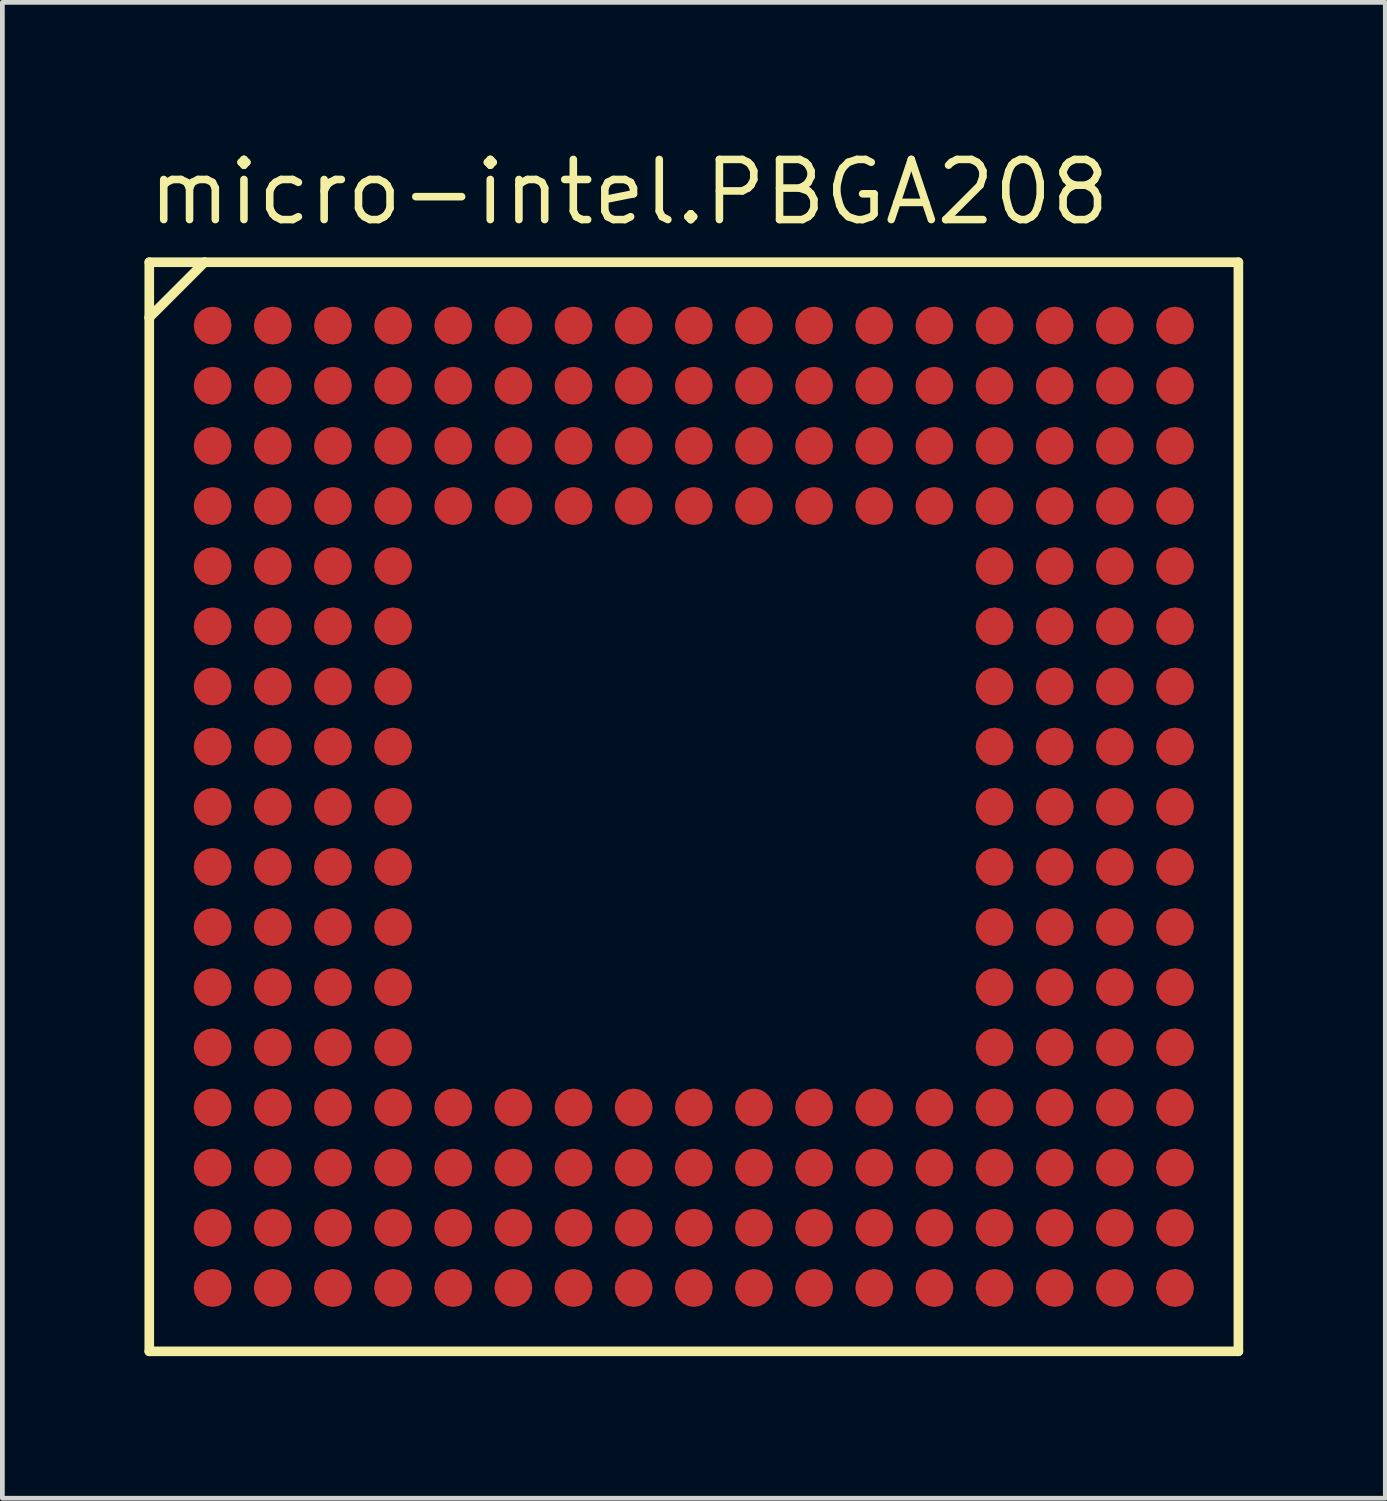
<source format=kicad_pcb>
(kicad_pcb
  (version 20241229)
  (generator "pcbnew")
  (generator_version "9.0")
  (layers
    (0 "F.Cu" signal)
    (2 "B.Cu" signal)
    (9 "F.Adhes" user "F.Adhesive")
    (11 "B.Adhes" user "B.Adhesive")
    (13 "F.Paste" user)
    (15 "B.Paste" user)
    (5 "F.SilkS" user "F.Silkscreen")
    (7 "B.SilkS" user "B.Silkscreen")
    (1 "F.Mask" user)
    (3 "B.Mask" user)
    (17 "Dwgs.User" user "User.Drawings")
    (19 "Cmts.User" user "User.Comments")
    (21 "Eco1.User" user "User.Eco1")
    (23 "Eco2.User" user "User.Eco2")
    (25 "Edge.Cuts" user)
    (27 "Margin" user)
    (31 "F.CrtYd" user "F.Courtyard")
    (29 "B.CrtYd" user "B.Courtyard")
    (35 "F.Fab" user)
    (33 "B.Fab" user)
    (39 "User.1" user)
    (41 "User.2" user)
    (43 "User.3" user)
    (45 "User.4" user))
  (footprint "micro-intel.PBGA208"
    (layer "F.Cu")
    (at 11.6 13.985)
    (property "Reference" "micro-intel.PBGA208" (at -11.6 -12.235 0) (layer "F.SilkS") (effects (font (size 1.27 1.27) (thickness 0.16)) (justify left bottom)))
    (attr smd)
    (fp_circle (center -10.16 -10.16) (end -9.76 -10.16) (stroke (width 0.1) (type default)) (fill no) (layer "F.Mask"))
    (fp_circle (center -10.16 -8.89) (end -9.76 -8.89) (stroke (width 0.1) (type default)) (fill no) (layer "F.Mask"))
    (fp_circle (center -10.16 -7.62) (end -9.76 -7.62) (stroke (width 0.1) (type default)) (fill no) (layer "F.Mask"))
    (fp_circle (center -10.16 -6.35) (end -9.76 -6.35) (stroke (width 0.1) (type default)) (fill no) (layer "F.Mask"))
    (fp_circle (center -10.16 -5.08) (end -9.76 -5.08) (stroke (width 0.1) (type default)) (fill no) (layer "F.Mask"))
    (fp_circle (center -10.16 -3.81) (end -9.76 -3.81) (stroke (width 0.1) (type default)) (fill no) (layer "F.Mask"))
    (fp_circle (center -10.16 -2.54) (end -9.76 -2.54) (stroke (width 0.1) (type default)) (fill no) (layer "F.Mask"))
    (fp_circle (center -10.16 -1.27) (end -9.76 -1.27) (stroke (width 0.1) (type default)) (fill no) (layer "F.Mask"))
    (fp_circle (center -10.16 0) (end -9.76 0) (stroke (width 0.1) (type default)) (fill no) (layer "F.Mask"))
    (fp_circle (center -10.16 1.27) (end -9.76 1.27) (stroke (width 0.1) (type default)) (fill no) (layer "F.Mask"))
    (fp_circle (center -10.16 2.54) (end -9.76 2.54) (stroke (width 0.1) (type default)) (fill no) (layer "F.Mask"))
    (fp_circle (center -10.16 3.81) (end -9.76 3.81) (stroke (width 0.1) (type default)) (fill no) (layer "F.Mask"))
    (fp_circle (center -10.16 5.08) (end -9.76 5.08) (stroke (width 0.1) (type default)) (fill no) (layer "F.Mask"))
    (fp_circle (center -10.16 6.35) (end -9.76 6.35) (stroke (width 0.1) (type default)) (fill no) (layer "F.Mask"))
    (fp_circle (center -10.16 7.62) (end -9.76 7.62) (stroke (width 0.1) (type default)) (fill no) (layer "F.Mask"))
    (fp_circle (center -10.16 8.89) (end -9.76 8.89) (stroke (width 0.1) (type default)) (fill no) (layer "F.Mask"))
    (fp_circle (center -10.16 10.16) (end -9.76 10.16) (stroke (width 0.1) (type default)) (fill no) (layer "F.Mask"))
    (fp_circle (center -8.89 -10.16) (end -8.49 -10.16) (stroke (width 0.1) (type default)) (fill no) (layer "F.Mask"))
    (fp_circle (center -8.89 -8.89) (end -8.49 -8.89) (stroke (width 0.1) (type default)) (fill no) (layer "F.Mask"))
    (fp_circle (center -8.89 -7.62) (end -8.49 -7.62) (stroke (width 0.1) (type default)) (fill no) (layer "F.Mask"))
    (fp_circle (center -8.89 -6.35) (end -8.49 -6.35) (stroke (width 0.1) (type default)) (fill no) (layer "F.Mask"))
    (fp_circle (center -8.89 -5.08) (end -8.49 -5.08) (stroke (width 0.1) (type default)) (fill no) (layer "F.Mask"))
    (fp_circle (center -8.89 -3.81) (end -8.49 -3.81) (stroke (width 0.1) (type default)) (fill no) (layer "F.Mask"))
    (fp_circle (center -8.89 -2.54) (end -8.49 -2.54) (stroke (width 0.1) (type default)) (fill no) (layer "F.Mask"))
    (fp_circle (center -8.89 -1.27) (end -8.49 -1.27) (stroke (width 0.1) (type default)) (fill no) (layer "F.Mask"))
    (fp_circle (center -8.89 0) (end -8.49 0) (stroke (width 0.1) (type default)) (fill no) (layer "F.Mask"))
    (fp_circle (center -8.89 1.27) (end -8.49 1.27) (stroke (width 0.1) (type default)) (fill no) (layer "F.Mask"))
    (fp_circle (center -8.89 2.54) (end -8.49 2.54) (stroke (width 0.1) (type default)) (fill no) (layer "F.Mask"))
    (fp_circle (center -8.89 3.81) (end -8.49 3.81) (stroke (width 0.1) (type default)) (fill no) (layer "F.Mask"))
    (fp_circle (center -8.89 5.08) (end -8.49 5.08) (stroke (width 0.1) (type default)) (fill no) (layer "F.Mask"))
    (fp_circle (center -8.89 6.35) (end -8.49 6.35) (stroke (width 0.1) (type default)) (fill no) (layer "F.Mask"))
    (fp_circle (center -8.89 7.62) (end -8.49 7.62) (stroke (width 0.1) (type default)) (fill no) (layer "F.Mask"))
    (fp_circle (center -8.89 8.89) (end -8.49 8.89) (stroke (width 0.1) (type default)) (fill no) (layer "F.Mask"))
    (fp_circle (center -8.89 10.16) (end -8.49 10.16) (stroke (width 0.1) (type default)) (fill no) (layer "F.Mask"))
    (fp_circle (center -7.62 -10.16) (end -7.22 -10.16) (stroke (width 0.1) (type default)) (fill no) (layer "F.Mask"))
    (fp_circle (center -7.62 -8.89) (end -7.22 -8.89) (stroke (width 0.1) (type default)) (fill no) (layer "F.Mask"))
    (fp_circle (center -7.62 -7.62) (end -7.22 -7.62) (stroke (width 0.1) (type default)) (fill no) (layer "F.Mask"))
    (fp_circle (center -7.62 -6.35) (end -7.22 -6.35) (stroke (width 0.1) (type default)) (fill no) (layer "F.Mask"))
    (fp_circle (center -7.62 -5.08) (end -7.22 -5.08) (stroke (width 0.1) (type default)) (fill no) (layer "F.Mask"))
    (fp_circle (center -7.62 -3.81) (end -7.22 -3.81) (stroke (width 0.1) (type default)) (fill no) (layer "F.Mask"))
    (fp_circle (center -7.62 -2.54) (end -7.22 -2.54) (stroke (width 0.1) (type default)) (fill no) (layer "F.Mask"))
    (fp_circle (center -7.62 -1.27) (end -7.22 -1.27) (stroke (width 0.1) (type default)) (fill no) (layer "F.Mask"))
    (fp_circle (center -7.62 0) (end -7.22 0) (stroke (width 0.1) (type default)) (fill no) (layer "F.Mask"))
    (fp_circle (center -7.62 1.27) (end -7.22 1.27) (stroke (width 0.1) (type default)) (fill no) (layer "F.Mask"))
    (fp_circle (center -7.62 2.54) (end -7.22 2.54) (stroke (width 0.1) (type default)) (fill no) (layer "F.Mask"))
    (fp_circle (center -7.62 3.81) (end -7.22 3.81) (stroke (width 0.1) (type default)) (fill no) (layer "F.Mask"))
    (fp_circle (center -7.62 5.08) (end -7.22 5.08) (stroke (width 0.1) (type default)) (fill no) (layer "F.Mask"))
    (fp_circle (center -7.62 6.35) (end -7.22 6.35) (stroke (width 0.1) (type default)) (fill no) (layer "F.Mask"))
    (fp_circle (center -7.62 7.62) (end -7.22 7.62) (stroke (width 0.1) (type default)) (fill no) (layer "F.Mask"))
    (fp_circle (center -7.62 8.89) (end -7.22 8.89) (stroke (width 0.1) (type default)) (fill no) (layer "F.Mask"))
    (fp_circle (center -7.62 10.16) (end -7.22 10.16) (stroke (width 0.1) (type default)) (fill no) (layer "F.Mask"))
    (fp_circle (center -6.35 -10.16) (end -5.95 -10.16) (stroke (width 0.1) (type default)) (fill no) (layer "F.Mask"))
    (fp_circle (center -6.35 -8.89) (end -5.95 -8.89) (stroke (width 0.1) (type default)) (fill no) (layer "F.Mask"))
    (fp_circle (center -6.35 -7.62) (end -5.95 -7.62) (stroke (width 0.1) (type default)) (fill no) (layer "F.Mask"))
    (fp_circle (center -6.35 -6.35) (end -5.95 -6.35) (stroke (width 0.1) (type default)) (fill no) (layer "F.Mask"))
    (fp_circle (center -6.35 -5.08) (end -5.95 -5.08) (stroke (width 0.1) (type default)) (fill no) (layer "F.Mask"))
    (fp_circle (center -6.35 -3.81) (end -5.95 -3.81) (stroke (width 0.1) (type default)) (fill no) (layer "F.Mask"))
    (fp_circle (center -6.35 -2.54) (end -5.95 -2.54) (stroke (width 0.1) (type default)) (fill no) (layer "F.Mask"))
    (fp_circle (center -6.35 -1.27) (end -5.95 -1.27) (stroke (width 0.1) (type default)) (fill no) (layer "F.Mask"))
    (fp_circle (center -6.35 0) (end -5.95 0) (stroke (width 0.1) (type default)) (fill no) (layer "F.Mask"))
    (fp_circle (center -6.35 1.27) (end -5.95 1.27) (stroke (width 0.1) (type default)) (fill no) (layer "F.Mask"))
    (fp_circle (center -6.35 2.54) (end -5.95 2.54) (stroke (width 0.1) (type default)) (fill no) (layer "F.Mask"))
    (fp_circle (center -6.35 3.81) (end -5.95 3.81) (stroke (width 0.1) (type default)) (fill no) (layer "F.Mask"))
    (fp_circle (center -6.35 5.08) (end -5.95 5.08) (stroke (width 0.1) (type default)) (fill no) (layer "F.Mask"))
    (fp_circle (center -6.35 6.35) (end -5.95 6.35) (stroke (width 0.1) (type default)) (fill no) (layer "F.Mask"))
    (fp_circle (center -6.35 7.62) (end -5.95 7.62) (stroke (width 0.1) (type default)) (fill no) (layer "F.Mask"))
    (fp_circle (center -6.35 8.89) (end -5.95 8.89) (stroke (width 0.1) (type default)) (fill no) (layer "F.Mask"))
    (fp_circle (center -6.35 10.16) (end -5.95 10.16) (stroke (width 0.1) (type default)) (fill no) (layer "F.Mask"))
    (fp_circle (center -5.08 -10.16) (end -4.68 -10.16) (stroke (width 0.1) (type default)) (fill no) (layer "F.Mask"))
    (fp_circle (center -5.08 -8.89) (end -4.68 -8.89) (stroke (width 0.1) (type default)) (fill no) (layer "F.Mask"))
    (fp_circle (center -5.08 -7.62) (end -4.68 -7.62) (stroke (width 0.1) (type default)) (fill no) (layer "F.Mask"))
    (fp_circle (center -5.08 -6.35) (end -4.68 -6.35) (stroke (width 0.1) (type default)) (fill no) (layer "F.Mask"))
    (fp_circle (center -5.08 6.35) (end -4.68 6.35) (stroke (width 0.1) (type default)) (fill no) (layer "F.Mask"))
    (fp_circle (center -5.08 7.62) (end -4.68 7.62) (stroke (width 0.1) (type default)) (fill no) (layer "F.Mask"))
    (fp_circle (center -5.08 8.89) (end -4.68 8.89) (stroke (width 0.1) (type default)) (fill no) (layer "F.Mask"))
    (fp_circle (center -5.08 10.16) (end -4.68 10.16) (stroke (width 0.1) (type default)) (fill no) (layer "F.Mask"))
    (fp_circle (center -3.81 -10.16) (end -3.41 -10.16) (stroke (width 0.1) (type default)) (fill no) (layer "F.Mask"))
    (fp_circle (center -3.81 -8.89) (end -3.41 -8.89) (stroke (width 0.1) (type default)) (fill no) (layer "F.Mask"))
    (fp_circle (center -3.81 -7.62) (end -3.41 -7.62) (stroke (width 0.1) (type default)) (fill no) (layer "F.Mask"))
    (fp_circle (center -3.81 -6.35) (end -3.41 -6.35) (stroke (width 0.1) (type default)) (fill no) (layer "F.Mask"))
    (fp_circle (center -3.81 6.35) (end -3.41 6.35) (stroke (width 0.1) (type default)) (fill no) (layer "F.Mask"))
    (fp_circle (center -3.81 7.62) (end -3.41 7.62) (stroke (width 0.1) (type default)) (fill no) (layer "F.Mask"))
    (fp_circle (center -3.81 8.89) (end -3.41 8.89) (stroke (width 0.1) (type default)) (fill no) (layer "F.Mask"))
    (fp_circle (center -3.81 10.16) (end -3.41 10.16) (stroke (width 0.1) (type default)) (fill no) (layer "F.Mask"))
    (fp_circle (center -2.54 -10.16) (end -2.14 -10.16) (stroke (width 0.1) (type default)) (fill no) (layer "F.Mask"))
    (fp_circle (center -2.54 -8.89) (end -2.14 -8.89) (stroke (width 0.1) (type default)) (fill no) (layer "F.Mask"))
    (fp_circle (center -2.54 -7.62) (end -2.14 -7.62) (stroke (width 0.1) (type default)) (fill no) (layer "F.Mask"))
    (fp_circle (center -2.54 -6.35) (end -2.14 -6.35) (stroke (width 0.1) (type default)) (fill no) (layer "F.Mask"))
    (fp_circle (center -2.54 6.35) (end -2.14 6.35) (stroke (width 0.1) (type default)) (fill no) (layer "F.Mask"))
    (fp_circle (center -2.54 7.62) (end -2.14 7.62) (stroke (width 0.1) (type default)) (fill no) (layer "F.Mask"))
    (fp_circle (center -2.54 8.89) (end -2.14 8.89) (stroke (width 0.1) (type default)) (fill no) (layer "F.Mask"))
    (fp_circle (center -2.54 10.16) (end -2.14 10.16) (stroke (width 0.1) (type default)) (fill no) (layer "F.Mask"))
    (fp_circle (center -1.27 -10.16) (end -0.87 -10.16) (stroke (width 0.1) (type default)) (fill no) (layer "F.Mask"))
    (fp_circle (center -1.27 -8.89) (end -0.87 -8.89) (stroke (width 0.1) (type default)) (fill no) (layer "F.Mask"))
    (fp_circle (center -1.27 -7.62) (end -0.87 -7.62) (stroke (width 0.1) (type default)) (fill no) (layer "F.Mask"))
    (fp_circle (center -1.27 -6.35) (end -0.87 -6.35) (stroke (width 0.1) (type default)) (fill no) (layer "F.Mask"))
    (fp_circle (center -1.27 6.35) (end -0.87 6.35) (stroke (width 0.1) (type default)) (fill no) (layer "F.Mask"))
    (fp_circle (center -1.27 7.62) (end -0.87 7.62) (stroke (width 0.1) (type default)) (fill no) (layer "F.Mask"))
    (fp_circle (center -1.27 8.89) (end -0.87 8.89) (stroke (width 0.1) (type default)) (fill no) (layer "F.Mask"))
    (fp_circle (center -1.27 10.16) (end -0.87 10.16) (stroke (width 0.1) (type default)) (fill no) (layer "F.Mask"))
    (fp_circle (center 0 -10.16) (end 0.4 -10.16) (stroke (width 0.1) (type default)) (fill no) (layer "F.Mask"))
    (fp_circle (center 0 -8.89) (end 0.4 -8.89) (stroke (width 0.1) (type default)) (fill no) (layer "F.Mask"))
    (fp_circle (center 0 -7.62) (end 0.4 -7.62) (stroke (width 0.1) (type default)) (fill no) (layer "F.Mask"))
    (fp_circle (center 0 -6.35) (end 0.4 -6.35) (stroke (width 0.1) (type default)) (fill no) (layer "F.Mask"))
    (fp_circle (center 0 6.35) (end 0.4 6.35) (stroke (width 0.1) (type default)) (fill no) (layer "F.Mask"))
    (fp_circle (center 0 7.62) (end 0.4 7.62) (stroke (width 0.1) (type default)) (fill no) (layer "F.Mask"))
    (fp_circle (center 0 8.89) (end 0.4 8.89) (stroke (width 0.1) (type default)) (fill no) (layer "F.Mask"))
    (fp_circle (center 0 10.16) (end 0.4 10.16) (stroke (width 0.1) (type default)) (fill no) (layer "F.Mask"))
    (fp_circle (center 1.27 -10.16) (end 1.67 -10.16) (stroke (width 0.1) (type default)) (fill no) (layer "F.Mask"))
    (fp_circle (center 1.27 -8.89) (end 1.67 -8.89) (stroke (width 0.1) (type default)) (fill no) (layer "F.Mask"))
    (fp_circle (center 1.27 -7.62) (end 1.67 -7.62) (stroke (width 0.1) (type default)) (fill no) (layer "F.Mask"))
    (fp_circle (center 1.27 -6.35) (end 1.67 -6.35) (stroke (width 0.1) (type default)) (fill no) (layer "F.Mask"))
    (fp_circle (center 1.27 6.35) (end 1.67 6.35) (stroke (width 0.1) (type default)) (fill no) (layer "F.Mask"))
    (fp_circle (center 1.27 7.62) (end 1.67 7.62) (stroke (width 0.1) (type default)) (fill no) (layer "F.Mask"))
    (fp_circle (center 1.27 8.89) (end 1.67 8.89) (stroke (width 0.1) (type default)) (fill no) (layer "F.Mask"))
    (fp_circle (center 1.27 10.16) (end 1.67 10.16) (stroke (width 0.1) (type default)) (fill no) (layer "F.Mask"))
    (fp_circle (center 2.54 -10.16) (end 2.94 -10.16) (stroke (width 0.1) (type default)) (fill no) (layer "F.Mask"))
    (fp_circle (center 2.54 -8.89) (end 2.94 -8.89) (stroke (width 0.1) (type default)) (fill no) (layer "F.Mask"))
    (fp_circle (center 2.54 -7.62) (end 2.94 -7.62) (stroke (width 0.1) (type default)) (fill no) (layer "F.Mask"))
    (fp_circle (center 2.54 -6.35) (end 2.94 -6.35) (stroke (width 0.1) (type default)) (fill no) (layer "F.Mask"))
    (fp_circle (center 2.54 6.35) (end 2.94 6.35) (stroke (width 0.1) (type default)) (fill no) (layer "F.Mask"))
    (fp_circle (center 2.54 7.62) (end 2.94 7.62) (stroke (width 0.1) (type default)) (fill no) (layer "F.Mask"))
    (fp_circle (center 2.54 8.89) (end 2.94 8.89) (stroke (width 0.1) (type default)) (fill no) (layer "F.Mask"))
    (fp_circle (center 2.54 10.16) (end 2.94 10.16) (stroke (width 0.1) (type default)) (fill no) (layer "F.Mask"))
    (fp_circle (center 3.81 -10.16) (end 4.21 -10.16) (stroke (width 0.1) (type default)) (fill no) (layer "F.Mask"))
    (fp_circle (center 3.81 -8.89) (end 4.21 -8.89) (stroke (width 0.1) (type default)) (fill no) (layer "F.Mask"))
    (fp_circle (center 3.81 -7.62) (end 4.21 -7.62) (stroke (width 0.1) (type default)) (fill no) (layer "F.Mask"))
    (fp_circle (center 3.81 -6.35) (end 4.21 -6.35) (stroke (width 0.1) (type default)) (fill no) (layer "F.Mask"))
    (fp_circle (center 3.81 6.35) (end 4.21 6.35) (stroke (width 0.1) (type default)) (fill no) (layer "F.Mask"))
    (fp_circle (center 3.81 7.62) (end 4.21 7.62) (stroke (width 0.1) (type default)) (fill no) (layer "F.Mask"))
    (fp_circle (center 3.81 8.89) (end 4.21 8.89) (stroke (width 0.1) (type default)) (fill no) (layer "F.Mask"))
    (fp_circle (center 3.81 10.16) (end 4.21 10.16) (stroke (width 0.1) (type default)) (fill no) (layer "F.Mask"))
    (fp_circle (center 5.08 -10.16) (end 5.48 -10.16) (stroke (width 0.1) (type default)) (fill no) (layer "F.Mask"))
    (fp_circle (center 5.08 -8.89) (end 5.48 -8.89) (stroke (width 0.1) (type default)) (fill no) (layer "F.Mask"))
    (fp_circle (center 5.08 -7.62) (end 5.48 -7.62) (stroke (width 0.1) (type default)) (fill no) (layer "F.Mask"))
    (fp_circle (center 5.08 -6.35) (end 5.48 -6.35) (stroke (width 0.1) (type default)) (fill no) (layer "F.Mask"))
    (fp_circle (center 5.08 6.35) (end 5.48 6.35) (stroke (width 0.1) (type default)) (fill no) (layer "F.Mask"))
    (fp_circle (center 5.08 7.62) (end 5.48 7.62) (stroke (width 0.1) (type default)) (fill no) (layer "F.Mask"))
    (fp_circle (center 5.08 8.89) (end 5.48 8.89) (stroke (width 0.1) (type default)) (fill no) (layer "F.Mask"))
    (fp_circle (center 5.08 10.16) (end 5.48 10.16) (stroke (width 0.1) (type default)) (fill no) (layer "F.Mask"))
    (fp_circle (center 6.35 -10.16) (end 6.75 -10.16) (stroke (width 0.1) (type default)) (fill no) (layer "F.Mask"))
    (fp_circle (center 6.35 -8.89) (end 6.75 -8.89) (stroke (width 0.1) (type default)) (fill no) (layer "F.Mask"))
    (fp_circle (center 6.35 -7.62) (end 6.75 -7.62) (stroke (width 0.1) (type default)) (fill no) (layer "F.Mask"))
    (fp_circle (center 6.35 -6.35) (end 6.75 -6.35) (stroke (width 0.1) (type default)) (fill no) (layer "F.Mask"))
    (fp_circle (center 6.35 -5.08) (end 6.75 -5.08) (stroke (width 0.1) (type default)) (fill no) (layer "F.Mask"))
    (fp_circle (center 6.35 -3.81) (end 6.75 -3.81) (stroke (width 0.1) (type default)) (fill no) (layer "F.Mask"))
    (fp_circle (center 6.35 -2.54) (end 6.75 -2.54) (stroke (width 0.1) (type default)) (fill no) (layer "F.Mask"))
    (fp_circle (center 6.35 -1.27) (end 6.75 -1.27) (stroke (width 0.1) (type default)) (fill no) (layer "F.Mask"))
    (fp_circle (center 6.35 0) (end 6.75 0) (stroke (width 0.1) (type default)) (fill no) (layer "F.Mask"))
    (fp_circle (center 6.35 1.27) (end 6.75 1.27) (stroke (width 0.1) (type default)) (fill no) (layer "F.Mask"))
    (fp_circle (center 6.35 2.54) (end 6.75 2.54) (stroke (width 0.1) (type default)) (fill no) (layer "F.Mask"))
    (fp_circle (center 6.35 3.81) (end 6.75 3.81) (stroke (width 0.1) (type default)) (fill no) (layer "F.Mask"))
    (fp_circle (center 6.35 5.08) (end 6.75 5.08) (stroke (width 0.1) (type default)) (fill no) (layer "F.Mask"))
    (fp_circle (center 6.35 6.35) (end 6.75 6.35) (stroke (width 0.1) (type default)) (fill no) (layer "F.Mask"))
    (fp_circle (center 6.35 7.62) (end 6.75 7.62) (stroke (width 0.1) (type default)) (fill no) (layer "F.Mask"))
    (fp_circle (center 6.35 8.89) (end 6.75 8.89) (stroke (width 0.1) (type default)) (fill no) (layer "F.Mask"))
    (fp_circle (center 6.35 10.16) (end 6.75 10.16) (stroke (width 0.1) (type default)) (fill no) (layer "F.Mask"))
    (fp_circle (center 7.62 -10.16) (end 8.02 -10.16) (stroke (width 0.1) (type default)) (fill no) (layer "F.Mask"))
    (fp_circle (center 7.62 -8.89) (end 8.02 -8.89) (stroke (width 0.1) (type default)) (fill no) (layer "F.Mask"))
    (fp_circle (center 7.62 -7.62) (end 8.02 -7.62) (stroke (width 0.1) (type default)) (fill no) (layer "F.Mask"))
    (fp_circle (center 7.62 -6.35) (end 8.02 -6.35) (stroke (width 0.1) (type default)) (fill no) (layer "F.Mask"))
    (fp_circle (center 7.62 -5.08) (end 8.02 -5.08) (stroke (width 0.1) (type default)) (fill no) (layer "F.Mask"))
    (fp_circle (center 7.62 -3.81) (end 8.02 -3.81) (stroke (width 0.1) (type default)) (fill no) (layer "F.Mask"))
    (fp_circle (center 7.62 -2.54) (end 8.02 -2.54) (stroke (width 0.1) (type default)) (fill no) (layer "F.Mask"))
    (fp_circle (center 7.62 -1.27) (end 8.02 -1.27) (stroke (width 0.1) (type default)) (fill no) (layer "F.Mask"))
    (fp_circle (center 7.62 0) (end 8.02 0) (stroke (width 0.1) (type default)) (fill no) (layer "F.Mask"))
    (fp_circle (center 7.62 1.27) (end 8.02 1.27) (stroke (width 0.1) (type default)) (fill no) (layer "F.Mask"))
    (fp_circle (center 7.62 2.54) (end 8.02 2.54) (stroke (width 0.1) (type default)) (fill no) (layer "F.Mask"))
    (fp_circle (center 7.62 3.81) (end 8.02 3.81) (stroke (width 0.1) (type default)) (fill no) (layer "F.Mask"))
    (fp_circle (center 7.62 5.08) (end 8.02 5.08) (stroke (width 0.1) (type default)) (fill no) (layer "F.Mask"))
    (fp_circle (center 7.62 6.35) (end 8.02 6.35) (stroke (width 0.1) (type default)) (fill no) (layer "F.Mask"))
    (fp_circle (center 7.62 7.62) (end 8.02 7.62) (stroke (width 0.1) (type default)) (fill no) (layer "F.Mask"))
    (fp_circle (center 7.62 8.89) (end 8.02 8.89) (stroke (width 0.1) (type default)) (fill no) (layer "F.Mask"))
    (fp_circle (center 7.62 10.16) (end 8.02 10.16) (stroke (width 0.1) (type default)) (fill no) (layer "F.Mask"))
    (fp_circle (center 8.89 -10.16) (end 9.29 -10.16) (stroke (width 0.1) (type default)) (fill no) (layer "F.Mask"))
    (fp_circle (center 8.89 -8.89) (end 9.29 -8.89) (stroke (width 0.1) (type default)) (fill no) (layer "F.Mask"))
    (fp_circle (center 8.89 -7.62) (end 9.29 -7.62) (stroke (width 0.1) (type default)) (fill no) (layer "F.Mask"))
    (fp_circle (center 8.89 -6.35) (end 9.29 -6.35) (stroke (width 0.1) (type default)) (fill no) (layer "F.Mask"))
    (fp_circle (center 8.89 -5.08) (end 9.29 -5.08) (stroke (width 0.1) (type default)) (fill no) (layer "F.Mask"))
    (fp_circle (center 8.89 -3.81) (end 9.29 -3.81) (stroke (width 0.1) (type default)) (fill no) (layer "F.Mask"))
    (fp_circle (center 8.89 -2.54) (end 9.29 -2.54) (stroke (width 0.1) (type default)) (fill no) (layer "F.Mask"))
    (fp_circle (center 8.89 -1.27) (end 9.29 -1.27) (stroke (width 0.1) (type default)) (fill no) (layer "F.Mask"))
    (fp_circle (center 8.89 0) (end 9.29 0) (stroke (width 0.1) (type default)) (fill no) (layer "F.Mask"))
    (fp_circle (center 8.89 1.27) (end 9.29 1.27) (stroke (width 0.1) (type default)) (fill no) (layer "F.Mask"))
    (fp_circle (center 8.89 2.54) (end 9.29 2.54) (stroke (width 0.1) (type default)) (fill no) (layer "F.Mask"))
    (fp_circle (center 8.89 3.81) (end 9.29 3.81) (stroke (width 0.1) (type default)) (fill no) (layer "F.Mask"))
    (fp_circle (center 8.89 5.08) (end 9.29 5.08) (stroke (width 0.1) (type default)) (fill no) (layer "F.Mask"))
    (fp_circle (center 8.89 6.35) (end 9.29 6.35) (stroke (width 0.1) (type default)) (fill no) (layer "F.Mask"))
    (fp_circle (center 8.89 7.62) (end 9.29 7.62) (stroke (width 0.1) (type default)) (fill no) (layer "F.Mask"))
    (fp_circle (center 8.89 8.89) (end 9.29 8.89) (stroke (width 0.1) (type default)) (fill no) (layer "F.Mask"))
    (fp_circle (center 8.89 10.16) (end 9.29 10.16) (stroke (width 0.1) (type default)) (fill no) (layer "F.Mask"))
    (fp_circle (center 10.16 -10.16) (end 10.56 -10.16) (stroke (width 0.1) (type default)) (fill no) (layer "F.Mask"))
    (fp_circle (center 10.16 -8.89) (end 10.56 -8.89) (stroke (width 0.1) (type default)) (fill no) (layer "F.Mask"))
    (fp_circle (center 10.16 -7.62) (end 10.56 -7.62) (stroke (width 0.1) (type default)) (fill no) (layer "F.Mask"))
    (fp_circle (center 10.16 -6.35) (end 10.56 -6.35) (stroke (width 0.1) (type default)) (fill no) (layer "F.Mask"))
    (fp_circle (center 10.16 -5.08) (end 10.56 -5.08) (stroke (width 0.1) (type default)) (fill no) (layer "F.Mask"))
    (fp_circle (center 10.16 -3.81) (end 10.56 -3.81) (stroke (width 0.1) (type default)) (fill no) (layer "F.Mask"))
    (fp_circle (center 10.16 -2.54) (end 10.56 -2.54) (stroke (width 0.1) (type default)) (fill no) (layer "F.Mask"))
    (fp_circle (center 10.16 -1.27) (end 10.56 -1.27) (stroke (width 0.1) (type default)) (fill no) (layer "F.Mask"))
    (fp_circle (center 10.16 0) (end 10.56 0) (stroke (width 0.1) (type default)) (fill no) (layer "F.Mask"))
    (fp_circle (center 10.16 1.27) (end 10.56 1.27) (stroke (width 0.1) (type default)) (fill no) (layer "F.Mask"))
    (fp_circle (center 10.16 2.54) (end 10.56 2.54) (stroke (width 0.1) (type default)) (fill no) (layer "F.Mask"))
    (fp_circle (center 10.16 3.81) (end 10.56 3.81) (stroke (width 0.1) (type default)) (fill no) (layer "F.Mask"))
    (fp_circle (center 10.16 5.08) (end 10.56 5.08) (stroke (width 0.1) (type default)) (fill no) (layer "F.Mask"))
    (fp_circle (center 10.16 6.35) (end 10.56 6.35) (stroke (width 0.1) (type default)) (fill no) (layer "F.Mask"))
    (fp_circle (center 10.16 7.62) (end 10.56 7.62) (stroke (width 0.1) (type default)) (fill no) (layer "F.Mask"))
    (fp_circle (center 10.16 8.89) (end 10.56 8.89) (stroke (width 0.1) (type default)) (fill no) (layer "F.Mask"))
    (fp_circle (center 10.16 10.16) (end 10.56 10.16) (stroke (width 0.1) (type default)) (fill no) (layer "F.Mask"))
    (fp_line (start -11.498 -11.498) (end -11.498 -10.33) (stroke (width 0.203) (type default)) (layer "F.SilkS"))
    (fp_line (start -11.498 -10.33) (end -11.498 11.498) (stroke (width 0.203) (type default)) (layer "F.SilkS"))
    (fp_line (start -11.498 -10.33) (end -10.33 -11.498) (stroke (width 0.203) (type default)) (layer "F.SilkS"))
    (fp_line (start -11.498 11.498) (end 11.498 11.498) (stroke (width 0.203) (type default)) (layer "F.SilkS"))
    (fp_line (start -10.33 -11.498) (end -11.498 -11.498) (stroke (width 0.203) (type default)) (layer "F.SilkS"))
    (fp_line (start 11.498 -11.498) (end -10.33 -11.498) (stroke (width 0.203) (type default)) (layer "F.SilkS"))
    (fp_line (start 11.498 11.498) (end 11.498 -11.498) (stroke (width 0.203) (type default)) (layer "F.SilkS"))
    (pad "A1" smd roundrect (at -10.16 -10.16) (size 0.8 0.8) (layers "F.Cu" "F.Mask" "F.Paste") (roundrect_rratio 0.5))
    (pad "A2" smd roundrect (at -8.89 -10.16) (size 0.8 0.8) (layers "F.Cu" "F.Mask" "F.Paste") (roundrect_rratio 0.5))
    (pad "A3" smd roundrect (at -7.62 -10.16) (size 0.8 0.8) (layers "F.Cu" "F.Mask" "F.Paste") (roundrect_rratio 0.5))
    (pad "A4" smd roundrect (at -6.35 -10.16) (size 0.8 0.8) (layers "F.Cu" "F.Mask" "F.Paste") (roundrect_rratio 0.5))
    (pad "A5" smd roundrect (at -5.08 -10.16) (size 0.8 0.8) (layers "F.Cu" "F.Mask" "F.Paste") (roundrect_rratio 0.5))
    (pad "A6" smd roundrect (at -3.81 -10.16) (size 0.8 0.8) (layers "F.Cu" "F.Mask" "F.Paste") (roundrect_rratio 0.5))
    (pad "A7" smd roundrect (at -2.54 -10.16) (size 0.8 0.8) (layers "F.Cu" "F.Mask" "F.Paste") (roundrect_rratio 0.5))
    (pad "A8" smd roundrect (at -1.27 -10.16) (size 0.8 0.8) (layers "F.Cu" "F.Mask" "F.Paste") (roundrect_rratio 0.5))
    (pad "A9" smd roundrect (at 0 -10.16) (size 0.8 0.8) (layers "F.Cu" "F.Mask" "F.Paste") (roundrect_rratio 0.5))
    (pad "A10" smd roundrect (at 1.27 -10.16) (size 0.8 0.8) (layers "F.Cu" "F.Mask" "F.Paste") (roundrect_rratio 0.5))
    (pad "A11" smd roundrect (at 2.54 -10.16) (size 0.8 0.8) (layers "F.Cu" "F.Mask" "F.Paste") (roundrect_rratio 0.5))
    (pad "A12" smd roundrect (at 3.81 -10.16) (size 0.8 0.8) (layers "F.Cu" "F.Mask" "F.Paste") (roundrect_rratio 0.5))
    (pad "A13" smd roundrect (at 5.08 -10.16) (size 0.8 0.8) (layers "F.Cu" "F.Mask" "F.Paste") (roundrect_rratio 0.5))
    (pad "A14" smd roundrect (at 6.35 -10.16) (size 0.8 0.8) (layers "F.Cu" "F.Mask" "F.Paste") (roundrect_rratio 0.5))
    (pad "A15" smd roundrect (at 7.62 -10.16) (size 0.8 0.8) (layers "F.Cu" "F.Mask" "F.Paste") (roundrect_rratio 0.5))
    (pad "A16" smd roundrect (at 8.89 -10.16) (size 0.8 0.8) (layers "F.Cu" "F.Mask" "F.Paste") (roundrect_rratio 0.5))
    (pad "A17" smd roundrect (at 10.16 -10.16) (size 0.8 0.8) (layers "F.Cu" "F.Mask" "F.Paste") (roundrect_rratio 0.5))
    (pad "B1" smd roundrect (at -10.16 -8.89) (size 0.8 0.8) (layers "F.Cu" "F.Mask" "F.Paste") (roundrect_rratio 0.5))
    (pad "B2" smd roundrect (at -8.89 -8.89) (size 0.8 0.8) (layers "F.Cu" "F.Mask" "F.Paste") (roundrect_rratio 0.5))
    (pad "B3" smd roundrect (at -7.62 -8.89) (size 0.8 0.8) (layers "F.Cu" "F.Mask" "F.Paste") (roundrect_rratio 0.5))
    (pad "B4" smd roundrect (at -6.35 -8.89) (size 0.8 0.8) (layers "F.Cu" "F.Mask" "F.Paste") (roundrect_rratio 0.5))
    (pad "B5" smd roundrect (at -5.08 -8.89) (size 0.8 0.8) (layers "F.Cu" "F.Mask" "F.Paste") (roundrect_rratio 0.5))
    (pad "B6" smd roundrect (at -3.81 -8.89) (size 0.8 0.8) (layers "F.Cu" "F.Mask" "F.Paste") (roundrect_rratio 0.5))
    (pad "B7" smd roundrect (at -2.54 -8.89) (size 0.8 0.8) (layers "F.Cu" "F.Mask" "F.Paste") (roundrect_rratio 0.5))
    (pad "B8" smd roundrect (at -1.27 -8.89) (size 0.8 0.8) (layers "F.Cu" "F.Mask" "F.Paste") (roundrect_rratio 0.5))
    (pad "B9" smd roundrect (at 0 -8.89) (size 0.8 0.8) (layers "F.Cu" "F.Mask" "F.Paste") (roundrect_rratio 0.5))
    (pad "B10" smd roundrect (at 1.27 -8.89) (size 0.8 0.8) (layers "F.Cu" "F.Mask" "F.Paste") (roundrect_rratio 0.5))
    (pad "B11" smd roundrect (at 2.54 -8.89) (size 0.8 0.8) (layers "F.Cu" "F.Mask" "F.Paste") (roundrect_rratio 0.5))
    (pad "B12" smd roundrect (at 3.81 -8.89) (size 0.8 0.8) (layers "F.Cu" "F.Mask" "F.Paste") (roundrect_rratio 0.5))
    (pad "B13" smd roundrect (at 5.08 -8.89) (size 0.8 0.8) (layers "F.Cu" "F.Mask" "F.Paste") (roundrect_rratio 0.5))
    (pad "B14" smd roundrect (at 6.35 -8.89) (size 0.8 0.8) (layers "F.Cu" "F.Mask" "F.Paste") (roundrect_rratio 0.5))
    (pad "B15" smd roundrect (at 7.62 -8.89) (size 0.8 0.8) (layers "F.Cu" "F.Mask" "F.Paste") (roundrect_rratio 0.5))
    (pad "B16" smd roundrect (at 8.89 -8.89) (size 0.8 0.8) (layers "F.Cu" "F.Mask" "F.Paste") (roundrect_rratio 0.5))
    (pad "B17" smd roundrect (at 10.16 -8.89) (size 0.8 0.8) (layers "F.Cu" "F.Mask" "F.Paste") (roundrect_rratio 0.5))
    (pad "C1" smd roundrect (at -10.16 -7.62) (size 0.8 0.8) (layers "F.Cu" "F.Mask" "F.Paste") (roundrect_rratio 0.5))
    (pad "C2" smd roundrect (at -8.89 -7.62) (size 0.8 0.8) (layers "F.Cu" "F.Mask" "F.Paste") (roundrect_rratio 0.5))
    (pad "C3" smd roundrect (at -7.62 -7.62) (size 0.8 0.8) (layers "F.Cu" "F.Mask" "F.Paste") (roundrect_rratio 0.5))
    (pad "C4" smd roundrect (at -6.35 -7.62) (size 0.8 0.8) (layers "F.Cu" "F.Mask" "F.Paste") (roundrect_rratio 0.5))
    (pad "C5" smd roundrect (at -5.08 -7.62) (size 0.8 0.8) (layers "F.Cu" "F.Mask" "F.Paste") (roundrect_rratio 0.5))
    (pad "C6" smd roundrect (at -3.81 -7.62) (size 0.8 0.8) (layers "F.Cu" "F.Mask" "F.Paste") (roundrect_rratio 0.5))
    (pad "C7" smd roundrect (at -2.54 -7.62) (size 0.8 0.8) (layers "F.Cu" "F.Mask" "F.Paste") (roundrect_rratio 0.5))
    (pad "C8" smd roundrect (at -1.27 -7.62) (size 0.8 0.8) (layers "F.Cu" "F.Mask" "F.Paste") (roundrect_rratio 0.5))
    (pad "C9" smd roundrect (at 0 -7.62) (size 0.8 0.8) (layers "F.Cu" "F.Mask" "F.Paste") (roundrect_rratio 0.5))
    (pad "C10" smd roundrect (at 1.27 -7.62) (size 0.8 0.8) (layers "F.Cu" "F.Mask" "F.Paste") (roundrect_rratio 0.5))
    (pad "C11" smd roundrect (at 2.54 -7.62) (size 0.8 0.8) (layers "F.Cu" "F.Mask" "F.Paste") (roundrect_rratio 0.5))
    (pad "C12" smd roundrect (at 3.81 -7.62) (size 0.8 0.8) (layers "F.Cu" "F.Mask" "F.Paste") (roundrect_rratio 0.5))
    (pad "C13" smd roundrect (at 5.08 -7.62) (size 0.8 0.8) (layers "F.Cu" "F.Mask" "F.Paste") (roundrect_rratio 0.5))
    (pad "C14" smd roundrect (at 6.35 -7.62) (size 0.8 0.8) (layers "F.Cu" "F.Mask" "F.Paste") (roundrect_rratio 0.5))
    (pad "C15" smd roundrect (at 7.62 -7.62) (size 0.8 0.8) (layers "F.Cu" "F.Mask" "F.Paste") (roundrect_rratio 0.5))
    (pad "C16" smd roundrect (at 8.89 -7.62) (size 0.8 0.8) (layers "F.Cu" "F.Mask" "F.Paste") (roundrect_rratio 0.5))
    (pad "C17" smd roundrect (at 10.16 -7.62) (size 0.8 0.8) (layers "F.Cu" "F.Mask" "F.Paste") (roundrect_rratio 0.5))
    (pad "D1" smd roundrect (at -10.16 -6.35) (size 0.8 0.8) (layers "F.Cu" "F.Mask" "F.Paste") (roundrect_rratio 0.5))
    (pad "D2" smd roundrect (at -8.89 -6.35) (size 0.8 0.8) (layers "F.Cu" "F.Mask" "F.Paste") (roundrect_rratio 0.5))
    (pad "D3" smd roundrect (at -7.62 -6.35) (size 0.8 0.8) (layers "F.Cu" "F.Mask" "F.Paste") (roundrect_rratio 0.5))
    (pad "D4" smd roundrect (at -6.35 -6.35) (size 0.8 0.8) (layers "F.Cu" "F.Mask" "F.Paste") (roundrect_rratio 0.5))
    (pad "D5" smd roundrect (at -5.08 -6.35) (size 0.8 0.8) (layers "F.Cu" "F.Mask" "F.Paste") (roundrect_rratio 0.5))
    (pad "D6" smd roundrect (at -3.81 -6.35) (size 0.8 0.8) (layers "F.Cu" "F.Mask" "F.Paste") (roundrect_rratio 0.5))
    (pad "D7" smd roundrect (at -2.54 -6.35) (size 0.8 0.8) (layers "F.Cu" "F.Mask" "F.Paste") (roundrect_rratio 0.5))
    (pad "D8" smd roundrect (at -1.27 -6.35) (size 0.8 0.8) (layers "F.Cu" "F.Mask" "F.Paste") (roundrect_rratio 0.5))
    (pad "D9" smd roundrect (at 0 -6.35) (size 0.8 0.8) (layers "F.Cu" "F.Mask" "F.Paste") (roundrect_rratio 0.5))
    (pad "D10" smd roundrect (at 1.27 -6.35) (size 0.8 0.8) (layers "F.Cu" "F.Mask" "F.Paste") (roundrect_rratio 0.5))
    (pad "D11" smd roundrect (at 2.54 -6.35) (size 0.8 0.8) (layers "F.Cu" "F.Mask" "F.Paste") (roundrect_rratio 0.5))
    (pad "D12" smd roundrect (at 3.81 -6.35) (size 0.8 0.8) (layers "F.Cu" "F.Mask" "F.Paste") (roundrect_rratio 0.5))
    (pad "D13" smd roundrect (at 5.08 -6.35) (size 0.8 0.8) (layers "F.Cu" "F.Mask" "F.Paste") (roundrect_rratio 0.5))
    (pad "D14" smd roundrect (at 6.35 -6.35) (size 0.8 0.8) (layers "F.Cu" "F.Mask" "F.Paste") (roundrect_rratio 0.5))
    (pad "D15" smd roundrect (at 7.62 -6.35) (size 0.8 0.8) (layers "F.Cu" "F.Mask" "F.Paste") (roundrect_rratio 0.5))
    (pad "D16" smd roundrect (at 8.89 -6.35) (size 0.8 0.8) (layers "F.Cu" "F.Mask" "F.Paste") (roundrect_rratio 0.5))
    (pad "D17" smd roundrect (at 10.16 -6.35) (size 0.8 0.8) (layers "F.Cu" "F.Mask" "F.Paste") (roundrect_rratio 0.5))
    (pad "E1" smd roundrect (at -10.16 -5.08) (size 0.8 0.8) (layers "F.Cu" "F.Mask" "F.Paste") (roundrect_rratio 0.5))
    (pad "E2" smd roundrect (at -8.89 -5.08) (size 0.8 0.8) (layers "F.Cu" "F.Mask" "F.Paste") (roundrect_rratio 0.5))
    (pad "E3" smd roundrect (at -7.62 -5.08) (size 0.8 0.8) (layers "F.Cu" "F.Mask" "F.Paste") (roundrect_rratio 0.5))
    (pad "E4" smd roundrect (at -6.35 -5.08) (size 0.8 0.8) (layers "F.Cu" "F.Mask" "F.Paste") (roundrect_rratio 0.5))
    (pad "E14" smd roundrect (at 6.35 -5.08) (size 0.8 0.8) (layers "F.Cu" "F.Mask" "F.Paste") (roundrect_rratio 0.5))
    (pad "E15" smd roundrect (at 7.62 -5.08) (size 0.8 0.8) (layers "F.Cu" "F.Mask" "F.Paste") (roundrect_rratio 0.5))
    (pad "E16" smd roundrect (at 8.89 -5.08) (size 0.8 0.8) (layers "F.Cu" "F.Mask" "F.Paste") (roundrect_rratio 0.5))
    (pad "E17" smd roundrect (at 10.16 -5.08) (size 0.8 0.8) (layers "F.Cu" "F.Mask" "F.Paste") (roundrect_rratio 0.5))
    (pad "F1" smd roundrect (at -10.16 -3.81) (size 0.8 0.8) (layers "F.Cu" "F.Mask" "F.Paste") (roundrect_rratio 0.5))
    (pad "F2" smd roundrect (at -8.89 -3.81) (size 0.8 0.8) (layers "F.Cu" "F.Mask" "F.Paste") (roundrect_rratio 0.5))
    (pad "F3" smd roundrect (at -7.62 -3.81) (size 0.8 0.8) (layers "F.Cu" "F.Mask" "F.Paste") (roundrect_rratio 0.5))
    (pad "F4" smd roundrect (at -6.35 -3.81) (size 0.8 0.8) (layers "F.Cu" "F.Mask" "F.Paste") (roundrect_rratio 0.5))
    (pad "F14" smd roundrect (at 6.35 -3.81) (size 0.8 0.8) (layers "F.Cu" "F.Mask" "F.Paste") (roundrect_rratio 0.5))
    (pad "F15" smd roundrect (at 7.62 -3.81) (size 0.8 0.8) (layers "F.Cu" "F.Mask" "F.Paste") (roundrect_rratio 0.5))
    (pad "F16" smd roundrect (at 8.89 -3.81) (size 0.8 0.8) (layers "F.Cu" "F.Mask" "F.Paste") (roundrect_rratio 0.5))
    (pad "F17" smd roundrect (at 10.16 -3.81) (size 0.8 0.8) (layers "F.Cu" "F.Mask" "F.Paste") (roundrect_rratio 0.5))
    (pad "G1" smd roundrect (at -10.16 -2.54) (size 0.8 0.8) (layers "F.Cu" "F.Mask" "F.Paste") (roundrect_rratio 0.5))
    (pad "G2" smd roundrect (at -8.89 -2.54) (size 0.8 0.8) (layers "F.Cu" "F.Mask" "F.Paste") (roundrect_rratio 0.5))
    (pad "G3" smd roundrect (at -7.62 -2.54) (size 0.8 0.8) (layers "F.Cu" "F.Mask" "F.Paste") (roundrect_rratio 0.5))
    (pad "G4" smd roundrect (at -6.35 -2.54) (size 0.8 0.8) (layers "F.Cu" "F.Mask" "F.Paste") (roundrect_rratio 0.5))
    (pad "G14" smd roundrect (at 6.35 -2.54) (size 0.8 0.8) (layers "F.Cu" "F.Mask" "F.Paste") (roundrect_rratio 0.5))
    (pad "G15" smd roundrect (at 7.62 -2.54) (size 0.8 0.8) (layers "F.Cu" "F.Mask" "F.Paste") (roundrect_rratio 0.5))
    (pad "G16" smd roundrect (at 8.89 -2.54) (size 0.8 0.8) (layers "F.Cu" "F.Mask" "F.Paste") (roundrect_rratio 0.5))
    (pad "G17" smd roundrect (at 10.16 -2.54) (size 0.8 0.8) (layers "F.Cu" "F.Mask" "F.Paste") (roundrect_rratio 0.5))
    (pad "H1" smd roundrect (at -10.16 -1.27) (size 0.8 0.8) (layers "F.Cu" "F.Mask" "F.Paste") (roundrect_rratio 0.5))
    (pad "H2" smd roundrect (at -8.89 -1.27) (size 0.8 0.8) (layers "F.Cu" "F.Mask" "F.Paste") (roundrect_rratio 0.5))
    (pad "H3" smd roundrect (at -7.62 -1.27) (size 0.8 0.8) (layers "F.Cu" "F.Mask" "F.Paste") (roundrect_rratio 0.5))
    (pad "H4" smd roundrect (at -6.35 -1.27) (size 0.8 0.8) (layers "F.Cu" "F.Mask" "F.Paste") (roundrect_rratio 0.5))
    (pad "H14" smd roundrect (at 6.35 -1.27) (size 0.8 0.8) (layers "F.Cu" "F.Mask" "F.Paste") (roundrect_rratio 0.5))
    (pad "H15" smd roundrect (at 7.62 -1.27) (size 0.8 0.8) (layers "F.Cu" "F.Mask" "F.Paste") (roundrect_rratio 0.5))
    (pad "H16" smd roundrect (at 8.89 -1.27) (size 0.8 0.8) (layers "F.Cu" "F.Mask" "F.Paste") (roundrect_rratio 0.5))
    (pad "H17" smd roundrect (at 10.16 -1.27) (size 0.8 0.8) (layers "F.Cu" "F.Mask" "F.Paste") (roundrect_rratio 0.5))
    (pad "J1" smd roundrect (at -10.16 0) (size 0.8 0.8) (layers "F.Cu" "F.Mask" "F.Paste") (roundrect_rratio 0.5))
    (pad "J2" smd roundrect (at -8.89 0) (size 0.8 0.8) (layers "F.Cu" "F.Mask" "F.Paste") (roundrect_rratio 0.5))
    (pad "J3" smd roundrect (at -7.62 0) (size 0.8 0.8) (layers "F.Cu" "F.Mask" "F.Paste") (roundrect_rratio 0.5))
    (pad "J4" smd roundrect (at -6.35 0) (size 0.8 0.8) (layers "F.Cu" "F.Mask" "F.Paste") (roundrect_rratio 0.5))
    (pad "J14" smd roundrect (at 6.35 0) (size 0.8 0.8) (layers "F.Cu" "F.Mask" "F.Paste") (roundrect_rratio 0.5))
    (pad "J15" smd roundrect (at 7.62 0) (size 0.8 0.8) (layers "F.Cu" "F.Mask" "F.Paste") (roundrect_rratio 0.5))
    (pad "J16" smd roundrect (at 8.89 0) (size 0.8 0.8) (layers "F.Cu" "F.Mask" "F.Paste") (roundrect_rratio 0.5))
    (pad "J17" smd roundrect (at 10.16 0) (size 0.8 0.8) (layers "F.Cu" "F.Mask" "F.Paste") (roundrect_rratio 0.5))
    (pad "K1" smd roundrect (at -10.16 1.27) (size 0.8 0.8) (layers "F.Cu" "F.Mask" "F.Paste") (roundrect_rratio 0.5))
    (pad "K2" smd roundrect (at -8.89 1.27) (size 0.8 0.8) (layers "F.Cu" "F.Mask" "F.Paste") (roundrect_rratio 0.5))
    (pad "K3" smd roundrect (at -7.62 1.27) (size 0.8 0.8) (layers "F.Cu" "F.Mask" "F.Paste") (roundrect_rratio 0.5))
    (pad "K4" smd roundrect (at -6.35 1.27) (size 0.8 0.8) (layers "F.Cu" "F.Mask" "F.Paste") (roundrect_rratio 0.5))
    (pad "K14" smd roundrect (at 6.35 1.27) (size 0.8 0.8) (layers "F.Cu" "F.Mask" "F.Paste") (roundrect_rratio 0.5))
    (pad "K15" smd roundrect (at 7.62 1.27) (size 0.8 0.8) (layers "F.Cu" "F.Mask" "F.Paste") (roundrect_rratio 0.5))
    (pad "K16" smd roundrect (at 8.89 1.27) (size 0.8 0.8) (layers "F.Cu" "F.Mask" "F.Paste") (roundrect_rratio 0.5))
    (pad "K17" smd roundrect (at 10.16 1.27) (size 0.8 0.8) (layers "F.Cu" "F.Mask" "F.Paste") (roundrect_rratio 0.5))
    (pad "L1" smd roundrect (at -10.16 2.54) (size 0.8 0.8) (layers "F.Cu" "F.Mask" "F.Paste") (roundrect_rratio 0.5))
    (pad "L2" smd roundrect (at -8.89 2.54) (size 0.8 0.8) (layers "F.Cu" "F.Mask" "F.Paste") (roundrect_rratio 0.5))
    (pad "L3" smd roundrect (at -7.62 2.54) (size 0.8 0.8) (layers "F.Cu" "F.Mask" "F.Paste") (roundrect_rratio 0.5))
    (pad "L4" smd roundrect (at -6.35 2.54) (size 0.8 0.8) (layers "F.Cu" "F.Mask" "F.Paste") (roundrect_rratio 0.5))
    (pad "L14" smd roundrect (at 6.35 2.54) (size 0.8 0.8) (layers "F.Cu" "F.Mask" "F.Paste") (roundrect_rratio 0.5))
    (pad "L15" smd roundrect (at 7.62 2.54) (size 0.8 0.8) (layers "F.Cu" "F.Mask" "F.Paste") (roundrect_rratio 0.5))
    (pad "L16" smd roundrect (at 8.89 2.54) (size 0.8 0.8) (layers "F.Cu" "F.Mask" "F.Paste") (roundrect_rratio 0.5))
    (pad "L17" smd roundrect (at 10.16 2.54) (size 0.8 0.8) (layers "F.Cu" "F.Mask" "F.Paste") (roundrect_rratio 0.5))
    (pad "M1" smd roundrect (at -10.16 3.81) (size 0.8 0.8) (layers "F.Cu" "F.Mask" "F.Paste") (roundrect_rratio 0.5))
    (pad "M2" smd roundrect (at -8.89 3.81) (size 0.8 0.8) (layers "F.Cu" "F.Mask" "F.Paste") (roundrect_rratio 0.5))
    (pad "M3" smd roundrect (at -7.62 3.81) (size 0.8 0.8) (layers "F.Cu" "F.Mask" "F.Paste") (roundrect_rratio 0.5))
    (pad "M4" smd roundrect (at -6.35 3.81) (size 0.8 0.8) (layers "F.Cu" "F.Mask" "F.Paste") (roundrect_rratio 0.5))
    (pad "M14" smd roundrect (at 6.35 3.81) (size 0.8 0.8) (layers "F.Cu" "F.Mask" "F.Paste") (roundrect_rratio 0.5))
    (pad "M15" smd roundrect (at 7.62 3.81) (size 0.8 0.8) (layers "F.Cu" "F.Mask" "F.Paste") (roundrect_rratio 0.5))
    (pad "M16" smd roundrect (at 8.89 3.81) (size 0.8 0.8) (layers "F.Cu" "F.Mask" "F.Paste") (roundrect_rratio 0.5))
    (pad "M17" smd roundrect (at 10.16 3.81) (size 0.8 0.8) (layers "F.Cu" "F.Mask" "F.Paste") (roundrect_rratio 0.5))
    (pad "N1" smd roundrect (at -10.16 5.08) (size 0.8 0.8) (layers "F.Cu" "F.Mask" "F.Paste") (roundrect_rratio 0.5))
    (pad "N2" smd roundrect (at -8.89 5.08) (size 0.8 0.8) (layers "F.Cu" "F.Mask" "F.Paste") (roundrect_rratio 0.5))
    (pad "N3" smd roundrect (at -7.62 5.08) (size 0.8 0.8) (layers "F.Cu" "F.Mask" "F.Paste") (roundrect_rratio 0.5))
    (pad "N4" smd roundrect (at -6.35 5.08) (size 0.8 0.8) (layers "F.Cu" "F.Mask" "F.Paste") (roundrect_rratio 0.5))
    (pad "N14" smd roundrect (at 6.35 5.08) (size 0.8 0.8) (layers "F.Cu" "F.Mask" "F.Paste") (roundrect_rratio 0.5))
    (pad "N15" smd roundrect (at 7.62 5.08) (size 0.8 0.8) (layers "F.Cu" "F.Mask" "F.Paste") (roundrect_rratio 0.5))
    (pad "N16" smd roundrect (at 8.89 5.08) (size 0.8 0.8) (layers "F.Cu" "F.Mask" "F.Paste") (roundrect_rratio 0.5))
    (pad "N17" smd roundrect (at 10.16 5.08) (size 0.8 0.8) (layers "F.Cu" "F.Mask" "F.Paste") (roundrect_rratio 0.5))
    (pad "P1" smd roundrect (at -10.16 6.35) (size 0.8 0.8) (layers "F.Cu" "F.Mask" "F.Paste") (roundrect_rratio 0.5))
    (pad "P2" smd roundrect (at -8.89 6.35) (size 0.8 0.8) (layers "F.Cu" "F.Mask" "F.Paste") (roundrect_rratio 0.5))
    (pad "P3" smd roundrect (at -7.62 6.35) (size 0.8 0.8) (layers "F.Cu" "F.Mask" "F.Paste") (roundrect_rratio 0.5))
    (pad "P4" smd roundrect (at -6.35 6.35) (size 0.8 0.8) (layers "F.Cu" "F.Mask" "F.Paste") (roundrect_rratio 0.5))
    (pad "P5" smd roundrect (at -5.08 6.35) (size 0.8 0.8) (layers "F.Cu" "F.Mask" "F.Paste") (roundrect_rratio 0.5))
    (pad "P6" smd roundrect (at -3.81 6.35) (size 0.8 0.8) (layers "F.Cu" "F.Mask" "F.Paste") (roundrect_rratio 0.5))
    (pad "P7" smd roundrect (at -2.54 6.35) (size 0.8 0.8) (layers "F.Cu" "F.Mask" "F.Paste") (roundrect_rratio 0.5))
    (pad "P8" smd roundrect (at -1.27 6.35) (size 0.8 0.8) (layers "F.Cu" "F.Mask" "F.Paste") (roundrect_rratio 0.5))
    (pad "P9" smd roundrect (at 0 6.35) (size 0.8 0.8) (layers "F.Cu" "F.Mask" "F.Paste") (roundrect_rratio 0.5))
    (pad "P10" smd roundrect (at 1.27 6.35) (size 0.8 0.8) (layers "F.Cu" "F.Mask" "F.Paste") (roundrect_rratio 0.5))
    (pad "P11" smd roundrect (at 2.54 6.35) (size 0.8 0.8) (layers "F.Cu" "F.Mask" "F.Paste") (roundrect_rratio 0.5))
    (pad "P12" smd roundrect (at 3.81 6.35) (size 0.8 0.8) (layers "F.Cu" "F.Mask" "F.Paste") (roundrect_rratio 0.5))
    (pad "P13" smd roundrect (at 5.08 6.35) (size 0.8 0.8) (layers "F.Cu" "F.Mask" "F.Paste") (roundrect_rratio 0.5))
    (pad "P14" smd roundrect (at 6.35 6.35) (size 0.8 0.8) (layers "F.Cu" "F.Mask" "F.Paste") (roundrect_rratio 0.5))
    (pad "P15" smd roundrect (at 7.62 6.35) (size 0.8 0.8) (layers "F.Cu" "F.Mask" "F.Paste") (roundrect_rratio 0.5))
    (pad "P16" smd roundrect (at 8.89 6.35) (size 0.8 0.8) (layers "F.Cu" "F.Mask" "F.Paste") (roundrect_rratio 0.5))
    (pad "P17" smd roundrect (at 10.16 6.35) (size 0.8 0.8) (layers "F.Cu" "F.Mask" "F.Paste") (roundrect_rratio 0.5))
    (pad "R1" smd roundrect (at -10.16 7.62) (size 0.8 0.8) (layers "F.Cu" "F.Mask" "F.Paste") (roundrect_rratio 0.5))
    (pad "R2" smd roundrect (at -8.89 7.62) (size 0.8 0.8) (layers "F.Cu" "F.Mask" "F.Paste") (roundrect_rratio 0.5))
    (pad "R3" smd roundrect (at -7.62 7.62) (size 0.8 0.8) (layers "F.Cu" "F.Mask" "F.Paste") (roundrect_rratio 0.5))
    (pad "R4" smd roundrect (at -6.35 7.62) (size 0.8 0.8) (layers "F.Cu" "F.Mask" "F.Paste") (roundrect_rratio 0.5))
    (pad "R5" smd roundrect (at -5.08 7.62) (size 0.8 0.8) (layers "F.Cu" "F.Mask" "F.Paste") (roundrect_rratio 0.5))
    (pad "R6" smd roundrect (at -3.81 7.62) (size 0.8 0.8) (layers "F.Cu" "F.Mask" "F.Paste") (roundrect_rratio 0.5))
    (pad "R7" smd roundrect (at -2.54 7.62) (size 0.8 0.8) (layers "F.Cu" "F.Mask" "F.Paste") (roundrect_rratio 0.5))
    (pad "R8" smd roundrect (at -1.27 7.62) (size 0.8 0.8) (layers "F.Cu" "F.Mask" "F.Paste") (roundrect_rratio 0.5))
    (pad "R9" smd roundrect (at 0 7.62) (size 0.8 0.8) (layers "F.Cu" "F.Mask" "F.Paste") (roundrect_rratio 0.5))
    (pad "R10" smd roundrect (at 1.27 7.62) (size 0.8 0.8) (layers "F.Cu" "F.Mask" "F.Paste") (roundrect_rratio 0.5))
    (pad "R11" smd roundrect (at 2.54 7.62) (size 0.8 0.8) (layers "F.Cu" "F.Mask" "F.Paste") (roundrect_rratio 0.5))
    (pad "R12" smd roundrect (at 3.81 7.62) (size 0.8 0.8) (layers "F.Cu" "F.Mask" "F.Paste") (roundrect_rratio 0.5))
    (pad "R13" smd roundrect (at 5.08 7.62) (size 0.8 0.8) (layers "F.Cu" "F.Mask" "F.Paste") (roundrect_rratio 0.5))
    (pad "R14" smd roundrect (at 6.35 7.62) (size 0.8 0.8) (layers "F.Cu" "F.Mask" "F.Paste") (roundrect_rratio 0.5))
    (pad "R15" smd roundrect (at 7.62 7.62) (size 0.8 0.8) (layers "F.Cu" "F.Mask" "F.Paste") (roundrect_rratio 0.5))
    (pad "R16" smd roundrect (at 8.89 7.62) (size 0.8 0.8) (layers "F.Cu" "F.Mask" "F.Paste") (roundrect_rratio 0.5))
    (pad "R17" smd roundrect (at 10.16 7.62) (size 0.8 0.8) (layers "F.Cu" "F.Mask" "F.Paste") (roundrect_rratio 0.5))
    (pad "T1" smd roundrect (at -10.16 8.89) (size 0.8 0.8) (layers "F.Cu" "F.Mask" "F.Paste") (roundrect_rratio 0.5))
    (pad "T2" smd roundrect (at -8.89 8.89) (size 0.8 0.8) (layers "F.Cu" "F.Mask" "F.Paste") (roundrect_rratio 0.5))
    (pad "T3" smd roundrect (at -7.62 8.89) (size 0.8 0.8) (layers "F.Cu" "F.Mask" "F.Paste") (roundrect_rratio 0.5))
    (pad "T4" smd roundrect (at -6.35 8.89) (size 0.8 0.8) (layers "F.Cu" "F.Mask" "F.Paste") (roundrect_rratio 0.5))
    (pad "T5" smd roundrect (at -5.08 8.89) (size 0.8 0.8) (layers "F.Cu" "F.Mask" "F.Paste") (roundrect_rratio 0.5))
    (pad "T6" smd roundrect (at -3.81 8.89) (size 0.8 0.8) (layers "F.Cu" "F.Mask" "F.Paste") (roundrect_rratio 0.5))
    (pad "T7" smd roundrect (at -2.54 8.89) (size 0.8 0.8) (layers "F.Cu" "F.Mask" "F.Paste") (roundrect_rratio 0.5))
    (pad "T8" smd roundrect (at -1.27 8.89) (size 0.8 0.8) (layers "F.Cu" "F.Mask" "F.Paste") (roundrect_rratio 0.5))
    (pad "T9" smd roundrect (at 0 8.89) (size 0.8 0.8) (layers "F.Cu" "F.Mask" "F.Paste") (roundrect_rratio 0.5))
    (pad "T10" smd roundrect (at 1.27 8.89) (size 0.8 0.8) (layers "F.Cu" "F.Mask" "F.Paste") (roundrect_rratio 0.5))
    (pad "T11" smd roundrect (at 2.54 8.89) (size 0.8 0.8) (layers "F.Cu" "F.Mask" "F.Paste") (roundrect_rratio 0.5))
    (pad "T12" smd roundrect (at 3.81 8.89) (size 0.8 0.8) (layers "F.Cu" "F.Mask" "F.Paste") (roundrect_rratio 0.5))
    (pad "T13" smd roundrect (at 5.08 8.89) (size 0.8 0.8) (layers "F.Cu" "F.Mask" "F.Paste") (roundrect_rratio 0.5))
    (pad "T14" smd roundrect (at 6.35 8.89) (size 0.8 0.8) (layers "F.Cu" "F.Mask" "F.Paste") (roundrect_rratio 0.5))
    (pad "T15" smd roundrect (at 7.62 8.89) (size 0.8 0.8) (layers "F.Cu" "F.Mask" "F.Paste") (roundrect_rratio 0.5))
    (pad "T16" smd roundrect (at 8.89 8.89) (size 0.8 0.8) (layers "F.Cu" "F.Mask" "F.Paste") (roundrect_rratio 0.5))
    (pad "T17" smd roundrect (at 10.16 8.89) (size 0.8 0.8) (layers "F.Cu" "F.Mask" "F.Paste") (roundrect_rratio 0.5))
    (pad "U1" smd roundrect (at -10.16 10.16) (size 0.8 0.8) (layers "F.Cu" "F.Mask" "F.Paste") (roundrect_rratio 0.5))
    (pad "U2" smd roundrect (at -8.89 10.16) (size 0.8 0.8) (layers "F.Cu" "F.Mask" "F.Paste") (roundrect_rratio 0.5))
    (pad "U3" smd roundrect (at -7.62 10.16) (size 0.8 0.8) (layers "F.Cu" "F.Mask" "F.Paste") (roundrect_rratio 0.5))
    (pad "U4" smd roundrect (at -6.35 10.16) (size 0.8 0.8) (layers "F.Cu" "F.Mask" "F.Paste") (roundrect_rratio 0.5))
    (pad "U5" smd roundrect (at -5.08 10.16) (size 0.8 0.8) (layers "F.Cu" "F.Mask" "F.Paste") (roundrect_rratio 0.5))
    (pad "U6" smd roundrect (at -3.81 10.16) (size 0.8 0.8) (layers "F.Cu" "F.Mask" "F.Paste") (roundrect_rratio 0.5))
    (pad "U7" smd roundrect (at -2.54 10.16) (size 0.8 0.8) (layers "F.Cu" "F.Mask" "F.Paste") (roundrect_rratio 0.5))
    (pad "U8" smd roundrect (at -1.27 10.16) (size 0.8 0.8) (layers "F.Cu" "F.Mask" "F.Paste") (roundrect_rratio 0.5))
    (pad "U9" smd roundrect (at 0 10.16) (size 0.8 0.8) (layers "F.Cu" "F.Mask" "F.Paste") (roundrect_rratio 0.5))
    (pad "U10" smd roundrect (at 1.27 10.16) (size 0.8 0.8) (layers "F.Cu" "F.Mask" "F.Paste") (roundrect_rratio 0.5))
    (pad "U11" smd roundrect (at 2.54 10.16) (size 0.8 0.8) (layers "F.Cu" "F.Mask" "F.Paste") (roundrect_rratio 0.5))
    (pad "U12" smd roundrect (at 3.81 10.16) (size 0.8 0.8) (layers "F.Cu" "F.Mask" "F.Paste") (roundrect_rratio 0.5))
    (pad "U13" smd roundrect (at 5.08 10.16) (size 0.8 0.8) (layers "F.Cu" "F.Mask" "F.Paste") (roundrect_rratio 0.5))
    (pad "U14" smd roundrect (at 6.35 10.16) (size 0.8 0.8) (layers "F.Cu" "F.Mask" "F.Paste") (roundrect_rratio 0.5))
    (pad "U15" smd roundrect (at 7.62 10.16) (size 0.8 0.8) (layers "F.Cu" "F.Mask" "F.Paste") (roundrect_rratio 0.5))
    (pad "U16" smd roundrect (at 8.89 10.16) (size 0.8 0.8) (layers "F.Cu" "F.Mask" "F.Paste") (roundrect_rratio 0.5))
    (pad "U17" smd roundrect (at 10.16 10.16) (size 0.8 0.8) (layers "F.Cu" "F.Mask" "F.Paste") (roundrect_rratio 0.5)))
  (gr_rect
    (start -3 -3)
    (end 26.2 28.585)
    (stroke (width 0.1) (type default))
    (fill no)
    (layer "Edge.Cuts")))
</source>
